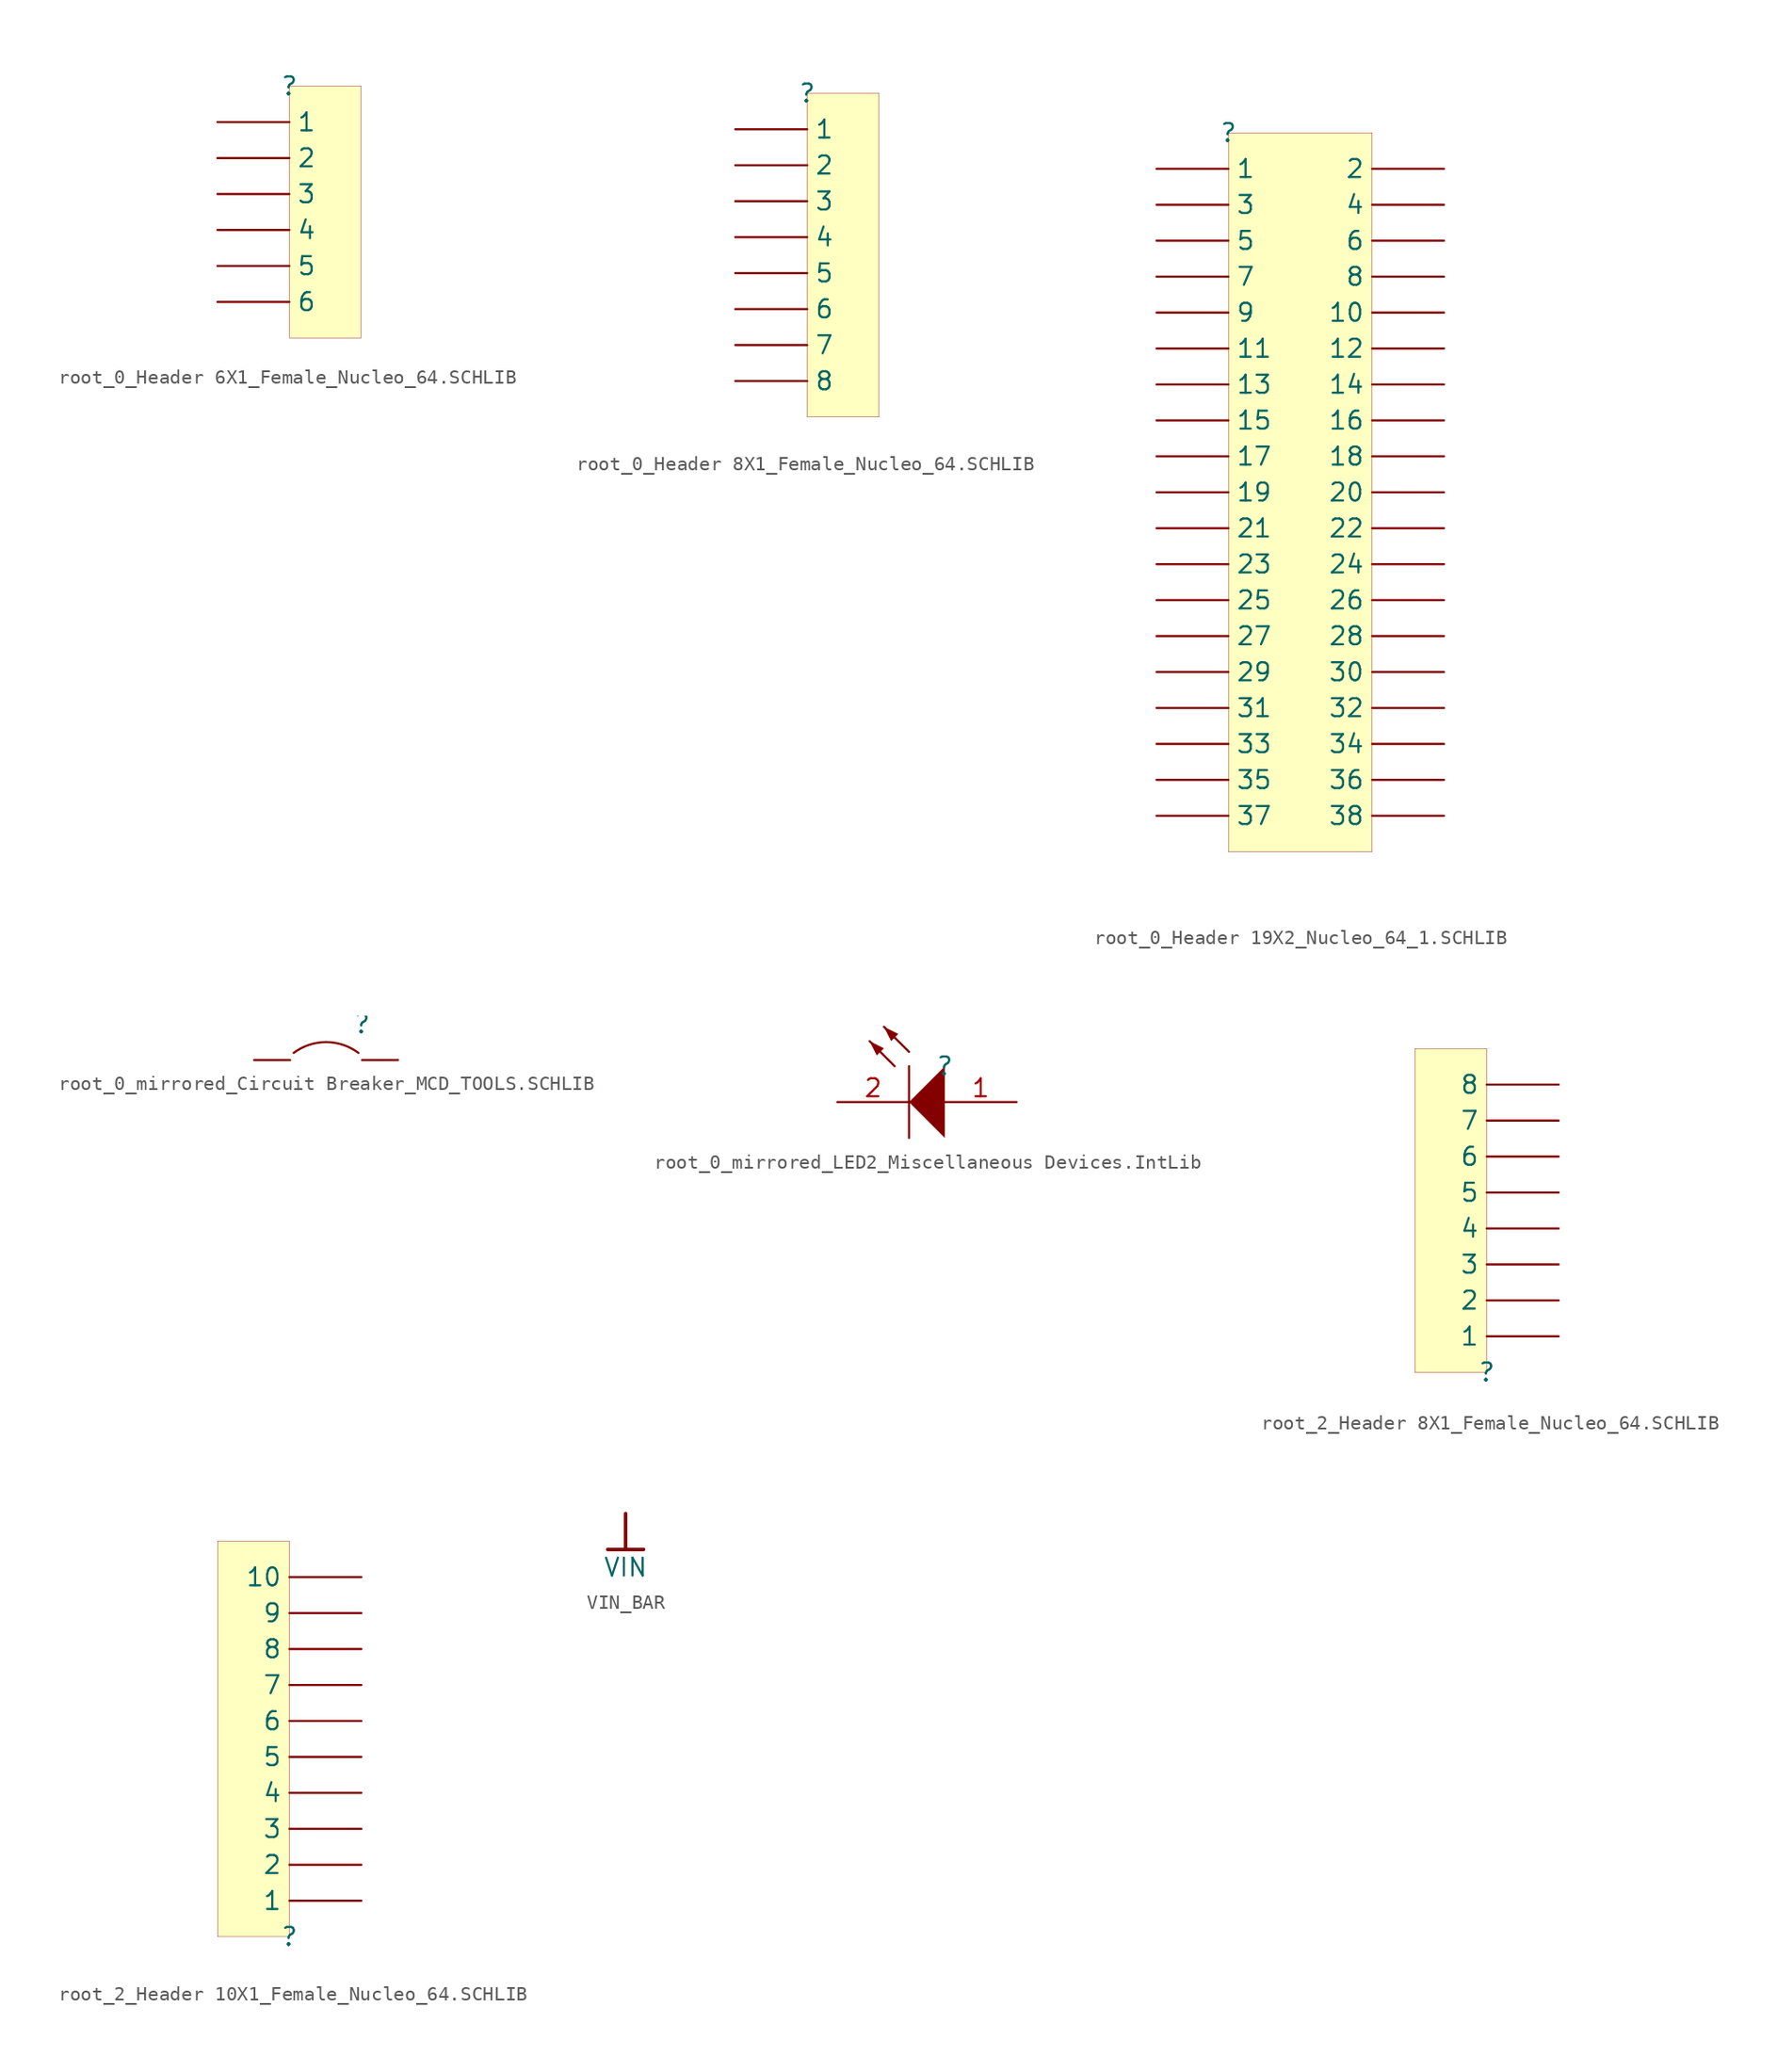
<source format=kicad_sym>
(kicad_symbol_lib
  (version 20241209)
  (generator "kicad_symbol_editor")
  (generator_version "9.0")
  (symbol "root_0_Header 6X1_Female_Nucleo_64.SCHLIB"
    (pin_numbers
      (hide yes))
    (property "Reference" ""
      (at 0 0 0)
      (effects (font (size 1.27 1.27))))
    (property "Value" ""
      (at 0 0 0)
      (effects (font (size 1.27 1.27))))
    (symbol "root_0_Header 6X1_Female_Nucleo_64.SCHLIB_1_0"
      (rectangle (start 5.08 0) (end 0 -17.78) (stroke (width 0.025) (type solid) (color 128 0 0 1)) (fill (type background)))
      (pin passive line (at -5.08 -2.54 0) (length 5.08) (name "1" (effects (font (size 1.27 1.27)))) (number "1" (effects (font (size 1.27 1.27)))))
      (pin passive line (at -5.08 -5.08 0) (length 5.08) (name "2" (effects (font (size 1.27 1.27)))) (number "2" (effects (font (size 1.27 1.27)))))
      (pin passive line (at -5.08 -7.62 0) (length 5.08) (name "3" (effects (font (size 1.27 1.27)))) (number "3" (effects (font (size 1.27 1.27)))))
      (pin passive line (at -5.08 -10.16 0) (length 5.08) (name "4" (effects (font (size 1.27 1.27)))) (number "4" (effects (font (size 1.27 1.27)))))
      (pin passive line (at -5.08 -12.7 0) (length 5.08) (name "5" (effects (font (size 1.27 1.27)))) (number "5" (effects (font (size 1.27 1.27)))))
      (pin passive line (at -5.08 -15.24 0) (length 5.08) (name "6" (effects (font (size 1.27 1.27)))) (number "6" (effects (font (size 1.27 1.27)))))))
  (symbol "root_0_Header 8X1_Female_Nucleo_64.SCHLIB"
    (pin_numbers
      (hide yes))
    (property "Reference" ""
      (at 0 0 0)
      (effects (font (size 1.27 1.27))))
    (property "Value" ""
      (at 0 0 0)
      (effects (font (size 1.27 1.27))))
    (symbol "root_0_Header 8X1_Female_Nucleo_64.SCHLIB_1_0"
      (rectangle (start 5.08 0) (end 0 -22.86) (stroke (width 0.025) (type solid) (color 128 0 0 1)) (fill (type background)))
      (pin passive line (at -5.08 -2.54 0) (length 5.08) (name "1" (effects (font (size 1.27 1.27)))) (number "1" (effects (font (size 1.27 1.27)))))
      (pin passive line (at -5.08 -5.08 0) (length 5.08) (name "2" (effects (font (size 1.27 1.27)))) (number "2" (effects (font (size 1.27 1.27)))))
      (pin passive line (at -5.08 -7.62 0) (length 5.08) (name "3" (effects (font (size 1.27 1.27)))) (number "3" (effects (font (size 1.27 1.27)))))
      (pin passive line (at -5.08 -10.16 0) (length 5.08) (name "4" (effects (font (size 1.27 1.27)))) (number "4" (effects (font (size 1.27 1.27)))))
      (pin passive line (at -5.08 -12.7 0) (length 5.08) (name "5" (effects (font (size 1.27 1.27)))) (number "5" (effects (font (size 1.27 1.27)))))
      (pin passive line (at -5.08 -15.24 0) (length 5.08) (name "6" (effects (font (size 1.27 1.27)))) (number "6" (effects (font (size 1.27 1.27)))))
      (pin passive line (at -5.08 -17.78 0) (length 5.08) (name "7" (effects (font (size 1.27 1.27)))) (number "7" (effects (font (size 1.27 1.27)))))
      (pin passive line (at -5.08 -20.32 0) (length 5.08) (name "8" (effects (font (size 1.27 1.27)))) (number "8" (effects (font (size 1.27 1.27)))))))
  (symbol "root_0_Header 19X2_Nucleo_64_1.SCHLIB"
    (pin_numbers
      (hide yes))
    (property "Reference" ""
      (at 0 0 0)
      (effects (font (size 1.27 1.27))))
    (property "Value" ""
      (at 0 0 0)
      (effects (font (size 1.27 1.27))))
    (symbol "root_0_Header 19X2_Nucleo_64_1.SCHLIB_1_0"
      (rectangle (start 10.16 0) (end 0 -50.8) (stroke (width 0.025) (type solid) (color 128 0 0 1)) (fill (type background)))
      (pin passive line (at -5.08 -2.54 0) (length 5.08) (name "1" (effects (font (size 1.27 1.27)))) (number "1" (effects (font (size 1.27 1.27)))))
      (pin passive line (at -5.08 -5.08 0) (length 5.08) (name "3" (effects (font (size 1.27 1.27)))) (number "3" (effects (font (size 1.27 1.27)))))
      (pin passive line (at -5.08 -7.62 0) (length 5.08) (name "5" (effects (font (size 1.27 1.27)))) (number "5" (effects (font (size 1.27 1.27)))))
      (pin passive line (at -5.08 -10.16 0) (length 5.08) (name "7" (effects (font (size 1.27 1.27)))) (number "7" (effects (font (size 1.27 1.27)))))
      (pin passive line (at -5.08 -12.7 0) (length 5.08) (name "9" (effects (font (size 1.27 1.27)))) (number "9" (effects (font (size 1.27 1.27)))))
      (pin passive line (at -5.08 -15.24 0) (length 5.08) (name "11" (effects (font (size 1.27 1.27)))) (number "11" (effects (font (size 1.27 1.27)))))
      (pin passive line (at -5.08 -17.78 0) (length 5.08) (name "13" (effects (font (size 1.27 1.27)))) (number "13" (effects (font (size 1.27 1.27)))))
      (pin passive line (at -5.08 -20.32 0) (length 5.08) (name "15" (effects (font (size 1.27 1.27)))) (number "15" (effects (font (size 1.27 1.27)))))
      (pin passive line (at -5.08 -22.86 0) (length 5.08) (name "17" (effects (font (size 1.27 1.27)))) (number "17" (effects (font (size 1.27 1.27)))))
      (pin passive line (at -5.08 -25.4 0) (length 5.08) (name "19" (effects (font (size 1.27 1.27)))) (number "19" (effects (font (size 1.27 1.27)))))
      (pin passive line (at -5.08 -27.94 0) (length 5.08) (name "21" (effects (font (size 1.27 1.27)))) (number "21" (effects (font (size 1.27 1.27)))))
      (pin passive line (at -5.08 -30.48 0) (length 5.08) (name "23" (effects (font (size 1.27 1.27)))) (number "23" (effects (font (size 1.27 1.27)))))
      (pin passive line (at -5.08 -33.02 0) (length 5.08) (name "25" (effects (font (size 1.27 1.27)))) (number "25" (effects (font (size 1.27 1.27)))))
      (pin passive line (at -5.08 -35.56 0) (length 5.08) (name "27" (effects (font (size 1.27 1.27)))) (number "27" (effects (font (size 1.27 1.27)))))
      (pin passive line (at -5.08 -38.1 0) (length 5.08) (name "29" (effects (font (size 1.27 1.27)))) (number "29" (effects (font (size 1.27 1.27)))))
      (pin passive line (at -5.08 -40.64 0) (length 5.08) (name "31" (effects (font (size 1.27 1.27)))) (number "31" (effects (font (size 1.27 1.27)))))
      (pin passive line (at -5.08 -43.18 0) (length 5.08) (name "33" (effects (font (size 1.27 1.27)))) (number "33" (effects (font (size 1.27 1.27)))))
      (pin passive line (at -5.08 -45.72 0) (length 5.08) (name "35" (effects (font (size 1.27 1.27)))) (number "35" (effects (font (size 1.27 1.27)))))
      (pin passive line (at -5.08 -48.26 0) (length 5.08) (name "37" (effects (font (size 1.27 1.27)))) (number "37" (effects (font (size 1.27 1.27)))))
      (pin passive line (at 15.24 -2.54 180) (length 5.08) (name "2" (effects (font (size 1.27 1.27)))) (number "2" (effects (font (size 1.27 1.27)))))
      (pin passive line (at 15.24 -5.08 180) (length 5.08) (name "4" (effects (font (size 1.27 1.27)))) (number "4" (effects (font (size 1.27 1.27)))))
      (pin passive line (at 15.24 -7.62 180) (length 5.08) (name "6" (effects (font (size 1.27 1.27)))) (number "6" (effects (font (size 1.27 1.27)))))
      (pin passive line (at 15.24 -10.16 180) (length 5.08) (name "8" (effects (font (size 1.27 1.27)))) (number "8" (effects (font (size 1.27 1.27)))))
      (pin passive line (at 15.24 -12.7 180) (length 5.08) (name "10" (effects (font (size 1.27 1.27)))) (number "10" (effects (font (size 1.27 1.27)))))
      (pin passive line (at 15.24 -15.24 180) (length 5.08) (name "12" (effects (font (size 1.27 1.27)))) (number "12" (effects (font (size 1.27 1.27)))))
      (pin passive line (at 15.24 -17.78 180) (length 5.08) (name "14" (effects (font (size 1.27 1.27)))) (number "14" (effects (font (size 1.27 1.27)))))
      (pin passive line (at 15.24 -20.32 180) (length 5.08) (name "16" (effects (font (size 1.27 1.27)))) (number "16" (effects (font (size 1.27 1.27)))))
      (pin passive line (at 15.24 -22.86 180) (length 5.08) (name "18" (effects (font (size 1.27 1.27)))) (number "18" (effects (font (size 1.27 1.27)))))
      (pin passive line (at 15.24 -25.4 180) (length 5.08) (name "20" (effects (font (size 1.27 1.27)))) (number "20" (effects (font (size 1.27 1.27)))))
      (pin passive line (at 15.24 -27.94 180) (length 5.08) (name "22" (effects (font (size 1.27 1.27)))) (number "22" (effects (font (size 1.27 1.27)))))
      (pin passive line (at 15.24 -30.48 180) (length 5.08) (name "24" (effects (font (size 1.27 1.27)))) (number "24" (effects (font (size 1.27 1.27)))))
      (pin passive line (at 15.24 -33.02 180) (length 5.08) (name "26" (effects (font (size 1.27 1.27)))) (number "26" (effects (font (size 1.27 1.27)))))
      (pin passive line (at 15.24 -35.56 180) (length 5.08) (name "28" (effects (font (size 1.27 1.27)))) (number "28" (effects (font (size 1.27 1.27)))))
      (pin passive line (at 15.24 -38.1 180) (length 5.08) (name "30" (effects (font (size 1.27 1.27)))) (number "30" (effects (font (size 1.27 1.27)))))
      (pin passive line (at 15.24 -40.64 180) (length 5.08) (name "32" (effects (font (size 1.27 1.27)))) (number "32" (effects (font (size 1.27 1.27)))))
      (pin passive line (at 15.24 -43.18 180) (length 5.08) (name "34" (effects (font (size 1.27 1.27)))) (number "34" (effects (font (size 1.27 1.27)))))
      (pin passive line (at 15.24 -45.72 180) (length 5.08) (name "36" (effects (font (size 1.27 1.27)))) (number "36" (effects (font (size 1.27 1.27)))))
      (pin passive line (at 15.24 -48.26 180) (length 5.08) (name "38" (effects (font (size 1.27 1.27)))) (number "38" (effects (font (size 1.27 1.27)))))))
  (symbol "root_0_mirrored_Circuit Breaker_MCD_TOOLS.SCHLIB"
    (pin_numbers
      (hide yes))
    (pin_names
      (hide yes))
    (property "Reference" ""
      (at 0 0 0)
      (effects (font (size 1.27 1.27))))
    (property "Value" ""
      (at 0 0 0)
      (effects (font (size 1.27 1.27))))
    (symbol "root_0_mirrored_Circuit Breaker_MCD_TOOLS.SCHLIB_1_0"
      (arc (start -4.826 -2.032) (mid -3.7448 -1.4655) (end -2.54 -1.27) (stroke (width 0) (type solid)) (fill (type none)))
      (arc (start -2.54 -1.27) (mid -1.3352 -1.4655) (end -0.254 -2.032) (stroke (width 0) (type solid)) (fill (type none)))
      (pin passive line (at -7.62 -2.54 0) (length 2.54) (name "2" (effects (font (size 1.27 1.27)))) (number "2" (effects (font (size 1.27 1.27)))))
      (pin passive line (at 2.54 -2.54 180) (length 2.54) (name "1" (effects (font (size 1.27 1.27)))) (number "1" (effects (font (size 1.27 1.27)))))))
  (symbol "root_0_mirrored_LED2_Miscellaneous Devices.IntLib"
    (pin_names
      (hide yes))
    (property "Reference" ""
      (at 0 0 0)
      (effects (font (size 1.27 1.27))))
    (property "Value" ""
      (at 0 0 0)
      (effects (font (size 1.27 1.27))))
    (symbol "root_0_mirrored_LED2_Miscellaneous Devices.IntLib_1_0"
      (polyline (pts (xy -5.334 1.778) (xy -4.318 1.27) (xy -4.826 0.762) (xy -5.334 1.778)) (stroke (width -0.0001) (type solid)) (fill (type outline)))
      (polyline (pts (xy -4.318 2.794) (xy -3.302 2.286) (xy -3.81 1.778) (xy -4.318 2.794)) (stroke (width -0.0001) (type solid)) (fill (type outline)))
      (polyline (pts (xy -3.556 0) (xy -5.334 1.778)) (stroke (width 0) (type solid)) (fill (type none)))
      (polyline (pts (xy -2.54 1.016) (xy -4.318 2.794)) (stroke (width 0) (type solid)) (fill (type none)))
      (polyline (pts (xy -2.54 0) (xy -2.54 -5.08)) (stroke (width 0) (type solid)) (fill (type none)))
      (polyline (pts (xy 0 -5.08) (xy -2.54 -2.54) (xy 0 0) (xy 0 -5.08)) (stroke (width -0.0001) (type solid)) (fill (type outline)))
      (pin passive line (at -7.62 -2.54 0) (length 5.08) (name "K" (effects (font (size 1.27 1.27)))) (number "2" (effects (font (size 1.27 1.27)))))
      (pin passive line (at 5.08 -2.54 180) (length 5.08) (name "A" (effects (font (size 1.27 1.27)))) (number "1" (effects (font (size 1.27 1.27)))))))
  (symbol "root_2_Header 8X1_Female_Nucleo_64.SCHLIB"
    (pin_numbers
      (hide yes))
    (property "Reference" ""
      (at 0 0 0)
      (effects (font (size 1.27 1.27))))
    (property "Value" ""
      (at 0 0 0)
      (effects (font (size 1.27 1.27))))
    (symbol "root_2_Header 8X1_Female_Nucleo_64.SCHLIB_1_0"
      (rectangle (start 0 22.86) (end -5.08 0) (stroke (width 0.025) (type solid) (color 128 0 0 1)) (fill (type background)))
      (pin passive line (at 5.08 20.32 180) (length 5.08) (name "8" (effects (font (size 1.27 1.27)))) (number "8" (effects (font (size 1.27 1.27)))))
      (pin passive line (at 5.08 17.78 180) (length 5.08) (name "7" (effects (font (size 1.27 1.27)))) (number "7" (effects (font (size 1.27 1.27)))))
      (pin passive line (at 5.08 15.24 180) (length 5.08) (name "6" (effects (font (size 1.27 1.27)))) (number "6" (effects (font (size 1.27 1.27)))))
      (pin passive line (at 5.08 12.7 180) (length 5.08) (name "5" (effects (font (size 1.27 1.27)))) (number "5" (effects (font (size 1.27 1.27)))))
      (pin passive line (at 5.08 10.16 180) (length 5.08) (name "4" (effects (font (size 1.27 1.27)))) (number "4" (effects (font (size 1.27 1.27)))))
      (pin passive line (at 5.08 7.62 180) (length 5.08) (name "3" (effects (font (size 1.27 1.27)))) (number "3" (effects (font (size 1.27 1.27)))))
      (pin passive line (at 5.08 5.08 180) (length 5.08) (name "2" (effects (font (size 1.27 1.27)))) (number "2" (effects (font (size 1.27 1.27)))))
      (pin passive line (at 5.08 2.54 180) (length 5.08) (name "1" (effects (font (size 1.27 1.27)))) (number "1" (effects (font (size 1.27 1.27)))))))
  (symbol "root_2_Header 10X1_Female_Nucleo_64.SCHLIB"
    (pin_numbers
      (hide yes))
    (property "Reference" ""
      (at 0 0 0)
      (effects (font (size 1.27 1.27))))
    (property "Value" ""
      (at 0 0 0)
      (effects (font (size 1.27 1.27))))
    (symbol "root_2_Header 10X1_Female_Nucleo_64.SCHLIB_1_0"
      (rectangle (start 0 27.94) (end -5.08 0) (stroke (width 0.025) (type solid) (color 128 0 0 1)) (fill (type background)))
      (pin passive line (at 5.08 25.4 180) (length 5.08) (name "10" (effects (font (size 1.27 1.27)))) (number "10" (effects (font (size 1.27 1.27)))))
      (pin passive line (at 5.08 22.86 180) (length 5.08) (name "9" (effects (font (size 1.27 1.27)))) (number "9" (effects (font (size 1.27 1.27)))))
      (pin passive line (at 5.08 20.32 180) (length 5.08) (name "8" (effects (font (size 1.27 1.27)))) (number "8" (effects (font (size 1.27 1.27)))))
      (pin passive line (at 5.08 17.78 180) (length 5.08) (name "7" (effects (font (size 1.27 1.27)))) (number "7" (effects (font (size 1.27 1.27)))))
      (pin passive line (at 5.08 15.24 180) (length 5.08) (name "6" (effects (font (size 1.27 1.27)))) (number "6" (effects (font (size 1.27 1.27)))))
      (pin passive line (at 5.08 12.7 180) (length 5.08) (name "5" (effects (font (size 1.27 1.27)))) (number "5" (effects (font (size 1.27 1.27)))))
      (pin passive line (at 5.08 10.16 180) (length 5.08) (name "4" (effects (font (size 1.27 1.27)))) (number "4" (effects (font (size 1.27 1.27)))))
      (pin passive line (at 5.08 7.62 180) (length 5.08) (name "3" (effects (font (size 1.27 1.27)))) (number "3" (effects (font (size 1.27 1.27)))))
      (pin passive line (at 5.08 5.08 180) (length 5.08) (name "2" (effects (font (size 1.27 1.27)))) (number "2" (effects (font (size 1.27 1.27)))))
      (pin passive line (at 5.08 2.54 180) (length 5.08) (name "1" (effects (font (size 1.27 1.27)))) (number "1" (effects (font (size 1.27 1.27)))))))
  (symbol "VIN_BAR"
    (power)
    (property "Reference" "#PWR"
      (at 0 0 0)
      (effects (font (size 1.27 1.27)) (hide yes)))
    (property "Value" "VIN"
      (at 0 -3.81 0)
      (effects (font (size 1.27 1.27))))
    (symbol "VIN_BAR_0_0"
      (polyline (pts (xy -1.27 -2.54) (xy 1.27 -2.54)) (stroke (width 0.254) (type solid)) (fill (type none)))
      (polyline (pts (xy 0 0) (xy 0 -2.54)) (stroke (width 0.254) (type solid)) (fill (type none)))
      (pin power_in line (at 0 0 0) (length 0) (hide yes) (name "VIN" (effects (font (size 1.27 1.27)))) (number "" (effects (font (size 1.27 1.27))))))))
</source>
